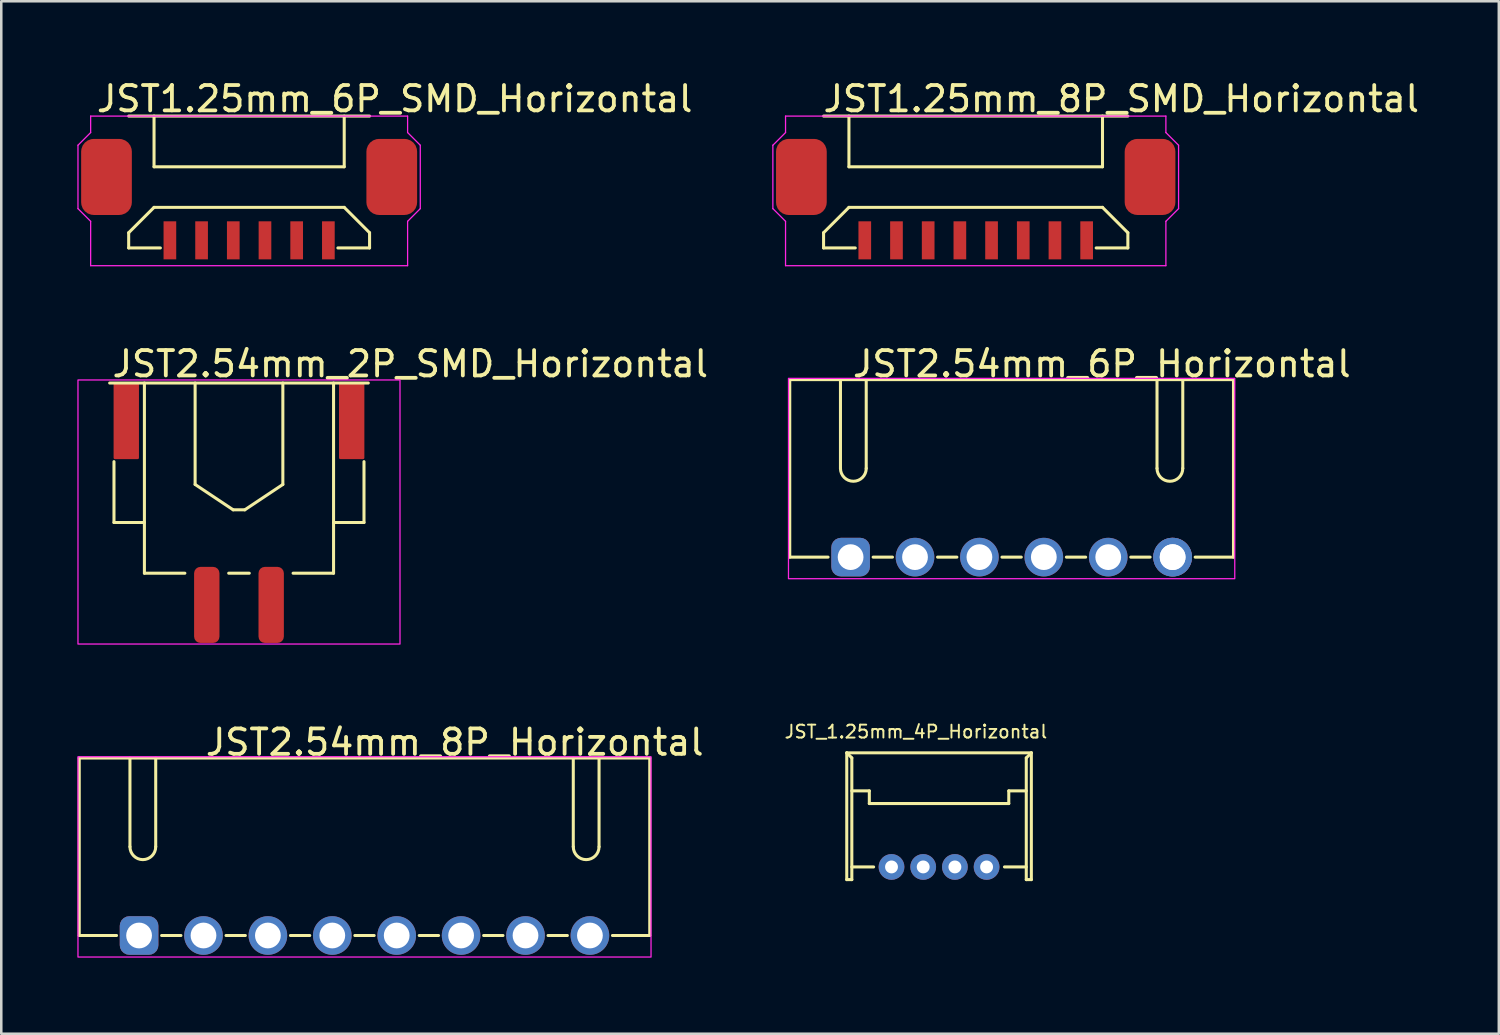
<source format=kicad_pcb>
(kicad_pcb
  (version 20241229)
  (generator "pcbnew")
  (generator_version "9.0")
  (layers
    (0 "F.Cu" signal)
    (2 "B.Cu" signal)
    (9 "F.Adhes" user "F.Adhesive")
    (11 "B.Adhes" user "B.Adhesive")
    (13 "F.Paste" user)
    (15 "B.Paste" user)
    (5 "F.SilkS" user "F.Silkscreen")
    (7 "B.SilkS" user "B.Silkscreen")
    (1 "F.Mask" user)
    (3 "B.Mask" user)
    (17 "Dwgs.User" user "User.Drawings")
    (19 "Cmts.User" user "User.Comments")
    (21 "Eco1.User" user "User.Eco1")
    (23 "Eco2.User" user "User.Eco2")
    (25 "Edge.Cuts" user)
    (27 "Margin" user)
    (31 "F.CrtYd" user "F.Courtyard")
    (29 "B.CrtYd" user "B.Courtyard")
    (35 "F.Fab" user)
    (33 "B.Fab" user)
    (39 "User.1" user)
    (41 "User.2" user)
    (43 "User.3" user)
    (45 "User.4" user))
  (footprint "JST_1.25mm_4P_Horizontal"
    (layer "F.Cu")
    (at 33.984 31.14)
    (property "Reference" "JST_1.25mm_4P_Horizontal" (at -6.14 -5.334 0) (layer "F.SilkS") (effects (font (size 0.508 0.508) (thickness 0.076)) (justify left)))
    (attr through_hole)
    (fp_line (start -3.64 0.5) (end -3.64 -4.5) (stroke (width 0.12) (type solid)) (layer "F.SilkS"))
    (fp_line (start -3.44 -4.3) (end -3.64 -4.5) (stroke (width 0.12) (type solid)) (layer "F.SilkS"))
    (fp_line (start -3.44 -3) (end -2.75 -3) (stroke (width 0.12) (type solid)) (layer "F.SilkS"))
    (fp_line (start -3.44 0) (end -2.58 0) (stroke (width 0.12) (type solid)) (layer "F.SilkS"))
    (fp_line (start -3.44 0.5) (end -3.64 0.5) (stroke (width 0.12) (type solid)) (layer "F.SilkS"))
    (fp_line (start -3.44 0.5) (end -3.44 -4.3) (stroke (width 0.12) (type solid)) (layer "F.SilkS"))
    (fp_line (start -2.75 -3) (end -2.75 -2.5) (stroke (width 0.12) (type solid)) (layer "F.SilkS"))
    (fp_line (start 2.75 -3) (end 2.75 -2.5) (stroke (width 0.12) (type solid)) (layer "F.SilkS"))
    (fp_line (start 2.75 -2.5) (end -2.75 -2.5) (stroke (width 0.12) (type solid)) (layer "F.SilkS"))
    (fp_line (start 3.44 -4.3) (end 3.64 -4.5) (stroke (width 0.12) (type solid)) (layer "F.SilkS"))
    (fp_line (start 3.44 -3) (end 2.75 -3) (stroke (width 0.12) (type solid)) (layer "F.SilkS"))
    (fp_line (start 3.44 0) (end 2.58 0) (stroke (width 0.12) (type solid)) (layer "F.SilkS"))
    (fp_line (start 3.44 0.5) (end 3.44 -4.3) (stroke (width 0.12) (type solid)) (layer "F.SilkS"))
    (fp_line (start 3.44 0.5) (end 3.64 0.5) (stroke (width 0.12) (type solid)) (layer "F.SilkS"))
    (fp_line (start 3.64 -4.5) (end -3.64 -4.5) (stroke (width 0.12) (type solid)) (layer "F.SilkS"))
    (fp_line (start 3.64 0.5) (end 3.64 -4.5) (stroke (width 0.12) (type solid)) (layer "F.SilkS"))
    (pad "1" thru_hole circle (at -1.875 0) (size 1.016 1.016) (drill 0.508) (layers "*.Cu" "*.Mask"))
    (pad "2" thru_hole circle (at -0.625 0) (size 1.016 1.016) (drill 0.508) (layers "*.Cu" "*.Mask"))
    (pad "3" thru_hole circle (at 0.625 0) (size 1.016 1.016) (drill 0.508) (layers "*.Cu" "*.Mask"))
    (pad "4" thru_hole circle (at 1.875 0) (size 1.016 1.016) (drill 0.508) (layers "*.Cu" "*.Mask")))
  (footprint "JST2.54mm_2P_SMD_Horizontal"
    (layer "F.Cu")
    (at 6.375 19.556)
    (property "Reference" "JST2.54mm_2P_SMD_Horizontal" (at -5.08 -8.255 0) (layer "F.SilkS") (effects (font (size 1 1) (thickness 0.15)) (justify left)))
    (attr smd)
    (fp_line (start -5.1 -7.5) (end 5.1 -7.5) (stroke (width 0.12) (type solid)) (layer "F.SilkS"))
    (fp_line (start -4.93 -4.4) (end -4.93 -2) (stroke (width 0.12) (type solid)) (layer "F.SilkS"))
    (fp_line (start -4.93 -2) (end -3.73 -2) (stroke (width 0.12) (type solid)) (layer "F.SilkS"))
    (fp_line (start -3.73 -7.5) (end -3.73 0) (stroke (width 0.12) (type solid)) (layer "F.SilkS"))
    (fp_line (start -3.73 0) (end -2.134 0) (stroke (width 0.12) (type solid)) (layer "F.SilkS"))
    (fp_line (start -1.73 -7.5) (end -1.73 -3.5) (stroke (width 0.12) (type solid)) (layer "F.SilkS"))
    (fp_line (start -0.406 0) (end 0.406 0) (stroke (width 0.12) (type solid)) (layer "F.SilkS"))
    (fp_line (start -0.23 -2.5) (end -1.73 -3.5) (stroke (width 0.12) (type solid)) (layer "F.SilkS"))
    (fp_line (start 0.23 -2.5) (end -0.23 -2.5) (stroke (width 0.12) (type solid)) (layer "F.SilkS"))
    (fp_line (start 0.23 -2.5) (end 1.73 -3.5) (stroke (width 0.12) (type solid)) (layer "F.SilkS"))
    (fp_line (start 1.73 -7.5) (end 1.73 -3.5) (stroke (width 0.12) (type solid)) (layer "F.SilkS"))
    (fp_line (start 3.73 -7.5) (end 3.73 0) (stroke (width 0.12) (type solid)) (layer "F.SilkS"))
    (fp_line (start 3.73 -2) (end 4.93 -2) (stroke (width 0.12) (type solid)) (layer "F.SilkS"))
    (fp_line (start 3.73 0) (end 2.134 0) (stroke (width 0.12) (type solid)) (layer "F.SilkS"))
    (fp_line (start 4.93 -4.4) (end 4.93 -2) (stroke (width 0.12) (type solid)) (layer "F.SilkS"))
    (fp_rect (start -6.35 -7.62) (end 6.35 2.794) (stroke (width 0.05) (type default)) (fill no) (layer "F.CrtYd"))
    (pad "1" smd roundrect (at -1.27 0) (size 1 3) (drill (offset 0 1.25)) (layers "F.Cu" "F.Mask" "F.Paste") (roundrect_rratio 0.25))
    (pad "2" smd roundrect (at 1.27 0) (size 1 3) (drill (offset 0 1.25)) (layers "F.Cu" "F.Mask" "F.Paste") (roundrect_rratio 0.25))
    (pad "NC" smd roundrect (at -4.445 -7.5) (size 1 3) (drill (offset 0 1.5)) (layers "F.Cu" "F.Mask" "F.Paste") (roundrect_rratio 0.05))
    (pad "NC" smd roundrect (at 4.445 -7.5) (size 1 3) (drill (offset 0 1.5)) (layers "F.Cu" "F.Mask" "F.Paste") (roundrect_rratio 0.05)))
  (footprint "JST1.25mm_8P_SMD_Horizontal"
    (layer "F.Cu")
    (at 35.43 5.928)
    (property "Reference" "JST1.25mm_8P_SMD_Horizontal" (at -6.096 -5.08 0) (layer "F.SilkS") (effects (font (size 1 1) (thickness 0.15)) (justify left)))
    (attr through_hole)
    (fp_line (start -6 -4.4) (end 6 -4.4) (stroke (width 0.12) (type solid)) (layer "F.SilkS"))
    (fp_line (start -6 0.2) (end -6 0.8) (stroke (width 0.12) (type solid)) (layer "F.SilkS"))
    (fp_line (start -6 0.2) (end -5 -0.8) (stroke (width 0.12) (type solid)) (layer "F.SilkS"))
    (fp_line (start -6 0.8) (end -4.75 0.8) (stroke (width 0.12) (type solid)) (layer "F.SilkS"))
    (fp_line (start -5 -2.4) (end -5 -4.4) (stroke (width 0.12) (type solid)) (layer "F.SilkS"))
    (fp_line (start -5 -2.4) (end 5 -2.4) (stroke (width 0.12) (type solid)) (layer "F.SilkS"))
    (fp_line (start -5 -0.8) (end 5 -0.8) (stroke (width 0.12) (type solid)) (layer "F.SilkS"))
    (fp_line (start 4.75 0.8) (end 6 0.8) (stroke (width 0.12) (type solid)) (layer "F.SilkS"))
    (fp_line (start 5 -2.4) (end 5 -4.4) (stroke (width 0.12) (type solid)) (layer "F.SilkS"))
    (fp_line (start 6 0.2) (end 5 -0.8) (stroke (width 0.12) (type solid)) (layer "F.SilkS"))
    (fp_line (start 6 0.2) (end 6 0.8) (stroke (width 0.12) (type solid)) (layer "F.SilkS"))
    (fp_line (start -8 -3.25) (end -8 -0.75) (stroke (width 0.05) (type default)) (layer "F.CrtYd"))
    (fp_line (start -8 -0.75) (end -7.5 -0.25) (stroke (width 0.05) (type default)) (layer "F.CrtYd"))
    (fp_line (start -7.5 -4.4) (end -7.5 -3.75) (stroke (width 0.05) (type default)) (layer "F.CrtYd"))
    (fp_line (start -7.5 -3.75) (end -8 -3.25) (stroke (width 0.05) (type default)) (layer "F.CrtYd"))
    (fp_line (start -7.5 -0.25) (end -7.5 1.5) (stroke (width 0.05) (type default)) (layer "F.CrtYd"))
    (fp_line (start -7.5 1.5) (end 7.5 1.5) (stroke (width 0.05) (type solid)) (layer "F.CrtYd"))
    (fp_line (start 7.5 -4.4) (end -7.5 -4.4) (stroke (width 0.05) (type solid)) (layer "F.CrtYd"))
    (fp_line (start 7.5 -4.4) (end 7.5 -3.75) (stroke (width 0.05) (type default)) (layer "F.CrtYd"))
    (fp_line (start 7.5 -3.75) (end 8 -3.25) (stroke (width 0.05) (type default)) (layer "F.CrtYd"))
    (fp_line (start 7.5 -0.25) (end 7.5 1.5) (stroke (width 0.05) (type default)) (layer "F.CrtYd"))
    (fp_line (start 8 -3.25) (end 8 -0.75) (stroke (width 0.05) (type default)) (layer "F.CrtYd"))
    (fp_line (start 8 -0.75) (end 7.5 -0.25) (stroke (width 0.05) (type default)) (layer "F.CrtYd"))
    (pad "" smd roundrect (at -5.875 -0.5) (size 2 3) (drill (offset -1 -1.5)) (layers "F.Cu" "F.Mask" "F.Paste") (roundrect_rratio 0.25))
    (pad "" smd roundrect (at 5.875 -0.5) (size 2 3) (drill (offset 1 -1.5)) (layers "F.Cu" "F.Mask" "F.Paste") (roundrect_rratio 0.25))
    (pad "1" smd rect (at -4.375 0.5) (size 0.5 1.5) (layers "F.Cu" "F.Mask" "F.Paste"))
    (pad "2" smd rect (at -3.125 0.5) (size 0.5 1.5) (layers "F.Cu" "F.Mask" "F.Paste"))
    (pad "3" smd rect (at -1.875 0.5) (size 0.5 1.5) (layers "F.Cu" "F.Mask" "F.Paste"))
    (pad "4" smd rect (at -0.625 0.5) (size 0.5 1.5) (layers "F.Cu" "F.Mask" "F.Paste"))
    (pad "5" smd rect (at 0.625 0.5) (size 0.5 1.5) (layers "F.Cu" "F.Mask" "F.Paste"))
    (pad "6" smd rect (at 1.875 0.5) (size 0.5 1.5) (layers "F.Cu" "F.Mask" "F.Paste"))
    (pad "7" smd rect (at 3.125 0.5) (size 0.5 1.5) (layers "F.Cu" "F.Mask" "F.Paste"))
    (pad "8" smd rect (at 4.375 0.5) (size 0.5 1.5) (layers "F.Cu" "F.Mask" "F.Paste")))
  (footprint "JST1.25mm_6P_SMD_Horizontal"
    (layer "F.Cu")
    (at 6.775 5.928)
    (property "Reference" "JST1.25mm_6P_SMD_Horizontal" (at -6.096 -5.08 0) (layer "F.SilkS") (effects (font (size 1 1) (thickness 0.15)) (justify left)))
    (attr smd)
    (fp_line (start -4.75 -4.4) (end 4.75 -4.4) (stroke (width 0.12) (type solid)) (layer "F.SilkS"))
    (fp_line (start -4.75 0.2) (end -4.75 0.8) (stroke (width 0.12) (type solid)) (layer "F.SilkS"))
    (fp_line (start -4.75 0.2) (end -3.75 -0.8) (stroke (width 0.12) (type solid)) (layer "F.SilkS"))
    (fp_line (start -4.75 0.8) (end -3.5 0.8) (stroke (width 0.12) (type solid)) (layer "F.SilkS"))
    (fp_line (start -3.75 -2.4) (end -3.75 -4.4) (stroke (width 0.12) (type solid)) (layer "F.SilkS"))
    (fp_line (start -3.75 -2.4) (end 3.75 -2.4) (stroke (width 0.12) (type solid)) (layer "F.SilkS"))
    (fp_line (start -3.75 -0.8) (end 3.75 -0.8) (stroke (width 0.12) (type solid)) (layer "F.SilkS"))
    (fp_line (start 3.5 0.8) (end 4.75 0.8) (stroke (width 0.12) (type solid)) (layer "F.SilkS"))
    (fp_line (start 3.75 -2.4) (end 3.75 -4.4) (stroke (width 0.12) (type solid)) (layer "F.SilkS"))
    (fp_line (start 4.75 0.2) (end 3.75 -0.8) (stroke (width 0.12) (type solid)) (layer "F.SilkS"))
    (fp_line (start 4.75 0.2) (end 4.75 0.8) (stroke (width 0.12) (type solid)) (layer "F.SilkS"))
    (fp_line (start -6.75 -3.25) (end -6.75 -0.75) (stroke (width 0.05) (type default)) (layer "F.CrtYd"))
    (fp_line (start -6.75 -0.75) (end -6.25 -0.25) (stroke (width 0.05) (type default)) (layer "F.CrtYd"))
    (fp_line (start -6.25 -4.4) (end -6.25 -3.75) (stroke (width 0.05) (type default)) (layer "F.CrtYd"))
    (fp_line (start -6.25 -3.75) (end -6.75 -3.25) (stroke (width 0.05) (type default)) (layer "F.CrtYd"))
    (fp_line (start -6.25 -0.25) (end -6.25 1.5) (stroke (width 0.05) (type default)) (layer "F.CrtYd"))
    (fp_line (start -6.25 1.5) (end 6.25 1.5) (stroke (width 0.05) (type solid)) (layer "F.CrtYd"))
    (fp_line (start 6.25 -4.4) (end -6.25 -4.4) (stroke (width 0.05) (type solid)) (layer "F.CrtYd"))
    (fp_line (start 6.25 -4.4) (end 6.25 -3.75) (stroke (width 0.05) (type default)) (layer "F.CrtYd"))
    (fp_line (start 6.25 -3.75) (end 6.75 -3.25) (stroke (width 0.05) (type default)) (layer "F.CrtYd"))
    (fp_line (start 6.25 -0.25) (end 6.25 1.5) (stroke (width 0.05) (type default)) (layer "F.CrtYd"))
    (fp_line (start 6.75 -3.25) (end 6.75 -0.75) (stroke (width 0.05) (type default)) (layer "F.CrtYd"))
    (fp_line (start 6.75 -0.75) (end 6.25 -0.25) (stroke (width 0.05) (type default)) (layer "F.CrtYd"))
    (pad "" smd roundrect (at -4.625 -0.5) (size 2 3) (drill (offset -1 -1.5)) (layers "F.Cu" "F.Mask" "F.Paste") (roundrect_rratio 0.25))
    (pad "" smd roundrect (at 4.625 -0.5) (size 2 3) (drill (offset 1 -1.5)) (layers "F.Cu" "F.Mask" "F.Paste") (roundrect_rratio 0.25))
    (pad "1" smd rect (at -3.125 0.5) (size 0.5 1.5) (layers "F.Cu" "F.Mask" "F.Paste"))
    (pad "2" smd rect (at -1.875 0.5) (size 0.5 1.5) (layers "F.Cu" "F.Mask" "F.Paste"))
    (pad "3" smd rect (at -0.625 0.5) (size 0.5 1.5) (layers "F.Cu" "F.Mask" "F.Paste"))
    (pad "4" smd rect (at 0.625 0.5) (size 0.5 1.5) (layers "F.Cu" "F.Mask" "F.Paste"))
    (pad "5" smd rect (at 1.875 0.5) (size 0.5 1.5) (layers "F.Cu" "F.Mask" "F.Paste"))
    (pad "6" smd rect (at 3.125 0.5) (size 0.5 1.5) (layers "F.Cu" "F.Mask" "F.Paste")))
  (footprint "JST2.54mm_8P_Horizontal"
    (layer "F.Cu")
    (at 11.325 33.844)
    (property "Reference" "JST2.54mm_8P_Horizontal" (at -6.35 -7.62 0) (layer "F.SilkS") (effects (font (size 1 1) (thickness 0.15)) (justify left)))
    (attr through_hole)
    (fp_line (start -11.25 -7) (end -11.25 0) (stroke (width 0.12) (type solid)) (layer "F.SilkS"))
    (fp_line (start -11.25 -7) (end 11.25 -7) (stroke (width 0.12) (type solid)) (layer "F.SilkS"))
    (fp_line (start -11.25 0) (end -9.779 0) (stroke (width 0.12) (type solid)) (layer "F.SilkS"))
    (fp_line (start -9.25 -7) (end -9.25 -3.5) (stroke (width 0.12) (type solid)) (layer "F.SilkS"))
    (fp_line (start -8.234 -7) (end -8.234 -3.5) (stroke (width 0.12) (type solid)) (layer "F.SilkS"))
    (fp_line (start -8.001 0) (end -7.239 0) (stroke (width 0.12) (type solid)) (layer "F.SilkS"))
    (fp_line (start -5.461 0) (end -4.699 0) (stroke (width 0.12) (type solid)) (layer "F.SilkS"))
    (fp_line (start -2.921 0) (end -2.159 0) (stroke (width 0.12) (type solid)) (layer "F.SilkS"))
    (fp_line (start -0.381 0) (end 0.381 0) (stroke (width 0.12) (type solid)) (layer "F.SilkS"))
    (fp_line (start 2.159 0) (end 2.921 0) (stroke (width 0.12) (type solid)) (layer "F.SilkS"))
    (fp_line (start 4.699 0) (end 5.461 0) (stroke (width 0.12) (type solid)) (layer "F.SilkS"))
    (fp_line (start 7.239 0) (end 8.001 0) (stroke (width 0.12) (type solid)) (layer "F.SilkS"))
    (fp_line (start 8.234 -7) (end 8.234 -3.5) (stroke (width 0.12) (type solid)) (layer "F.SilkS"))
    (fp_line (start 9.25 -7) (end 9.25 -3.5) (stroke (width 0.12) (type solid)) (layer "F.SilkS"))
    (fp_line (start 9.779 0) (end 11.25 0) (stroke (width 0.12) (type solid)) (layer "F.SilkS"))
    (fp_line (start 11.25 -7) (end 11.25 0) (stroke (width 0.12) (type solid)) (layer "F.SilkS"))
    (fp_arc (start -8.234 -3.5) (mid -8.742 -2.992) (end -9.25 -3.5) (stroke (width 0.12) (type solid)) (layer "F.SilkS"))
    (fp_arc (start 9.25 -3.5) (mid 8.742 -2.992) (end 8.234 -3.5) (stroke (width 0.12) (type solid)) (layer "F.SilkS"))
    (fp_rect (start -11.3 -7.05) (end 11.3 0.85) (stroke (width 0.05) (type default)) (fill no) (layer "F.CrtYd"))
    (pad "1" thru_hole roundrect (at -8.89 0) (size 1.524 1.524) (drill 1.016) (layers "*.Cu" "*.Mask") (roundrect_rratio 0.25))
    (pad "2" thru_hole circle (at -6.35 0) (size 1.524 1.524) (drill 1.016) (layers "*.Cu" "*.Mask"))
    (pad "3" thru_hole circle (at -3.81 0) (size 1.524 1.524) (drill 1.016) (layers "*.Cu" "*.Mask"))
    (pad "4" thru_hole circle (at -1.27 0) (size 1.524 1.524) (drill 1.016) (layers "*.Cu" "*.Mask"))
    (pad "5" thru_hole circle (at 1.27 0) (size 1.524 1.524) (drill 1.016) (layers "*.Cu" "*.Mask"))
    (pad "6" thru_hole circle (at 3.81 0) (size 1.524 1.524) (drill 1.016) (layers "*.Cu" "*.Mask"))
    (pad "7" thru_hole circle (at 6.35 0) (size 1.524 1.524) (drill 1.016) (layers "*.Cu" "*.Mask"))
    (pad "8" thru_hole circle (at 8.89 0) (size 1.524 1.524) (drill 1.016) (layers "*.Cu" "*.Mask")))
  (footprint "JST2.54mm_6P_Horizontal"
    (layer "F.Cu")
    (at 36.846 18.922)
    (property "Reference" "JST2.54mm_6P_Horizontal" (at -6.35 -7.62 0) (layer "F.SilkS") (effects (font (size 1 1) (thickness 0.15)) (justify left)))
    (attr through_hole)
    (fp_line (start -8.75 -7) (end -8.75 0) (stroke (width 0.12) (type solid)) (layer "F.SilkS"))
    (fp_line (start -8.75 -7) (end 8.75 -7) (stroke (width 0.12) (type solid)) (layer "F.SilkS"))
    (fp_line (start -8.75 0) (end -7.239 0) (stroke (width 0.12) (type solid)) (layer "F.SilkS"))
    (fp_line (start -6.75 -7) (end -6.75 -3.5) (stroke (width 0.12) (type solid)) (layer "F.SilkS"))
    (fp_line (start -5.734 -7) (end -5.734 -3.5) (stroke (width 0.12) (type solid)) (layer "F.SilkS"))
    (fp_line (start -5.461 0) (end -4.699 0) (stroke (width 0.12) (type solid)) (layer "F.SilkS"))
    (fp_line (start -2.921 0) (end -2.159 0) (stroke (width 0.12) (type solid)) (layer "F.SilkS"))
    (fp_line (start -0.381 0) (end 0.381 0) (stroke (width 0.12) (type solid)) (layer "F.SilkS"))
    (fp_line (start 2.159 0) (end 2.921 0) (stroke (width 0.12) (type solid)) (layer "F.SilkS"))
    (fp_line (start 4.699 0) (end 5.461 0) (stroke (width 0.12) (type solid)) (layer "F.SilkS"))
    (fp_line (start 5.734 -7) (end 5.734 -3.5) (stroke (width 0.12) (type solid)) (layer "F.SilkS"))
    (fp_line (start 6.75 -7) (end 6.75 -3.5) (stroke (width 0.12) (type solid)) (layer "F.SilkS"))
    (fp_line (start 7.239 0) (end 8.75 0) (stroke (width 0.12) (type solid)) (layer "F.SilkS"))
    (fp_line (start 8.75 -7) (end 8.75 0) (stroke (width 0.12) (type solid)) (layer "F.SilkS"))
    (fp_arc (start -5.734 -3.5) (mid -6.242 -2.992) (end -6.75 -3.5) (stroke (width 0.12) (type solid)) (layer "F.SilkS"))
    (fp_arc (start 6.75 -3.5) (mid 6.242 -2.992) (end 5.734 -3.5) (stroke (width 0.12) (type solid)) (layer "F.SilkS"))
    (fp_rect (start -8.8 -7.05) (end 8.8 0.85) (stroke (width 0.05) (type default)) (fill no) (layer "F.CrtYd"))
    (pad "1" thru_hole roundrect (at -6.35 0) (size 1.524 1.524) (drill 1.016) (layers "*.Cu" "*.Mask") (roundrect_rratio 0.25))
    (pad "2" thru_hole circle (at -3.81 0) (size 1.524 1.524) (drill 1.016) (layers "*.Cu" "*.Mask"))
    (pad "3" thru_hole circle (at -1.27 0) (size 1.524 1.524) (drill 1.016) (layers "*.Cu" "*.Mask"))
    (pad "4" thru_hole circle (at 1.27 0) (size 1.524 1.524) (drill 1.016) (layers "*.Cu" "*.Mask"))
    (pad "5" thru_hole circle (at 3.81 0) (size 1.524 1.524) (drill 1.016) (layers "*.Cu" "*.Mask"))
    (pad "6" thru_hole circle (at 6.35 0) (size 1.524 1.524) (drill 1.016) (layers "*.Cu" "*.Mask"))
    (pad "8" thru_hole circle (at 6.35 0) (size 1.524 1.524) (drill 1.016) (layers "*.Cu" "*.Mask")))
  (gr_rect
    (start -3 -3)
    (end 56.06 37.719)
    (stroke (width 0.1) (type default))
    (fill no)
    (layer "Edge.Cuts")))
</source>
